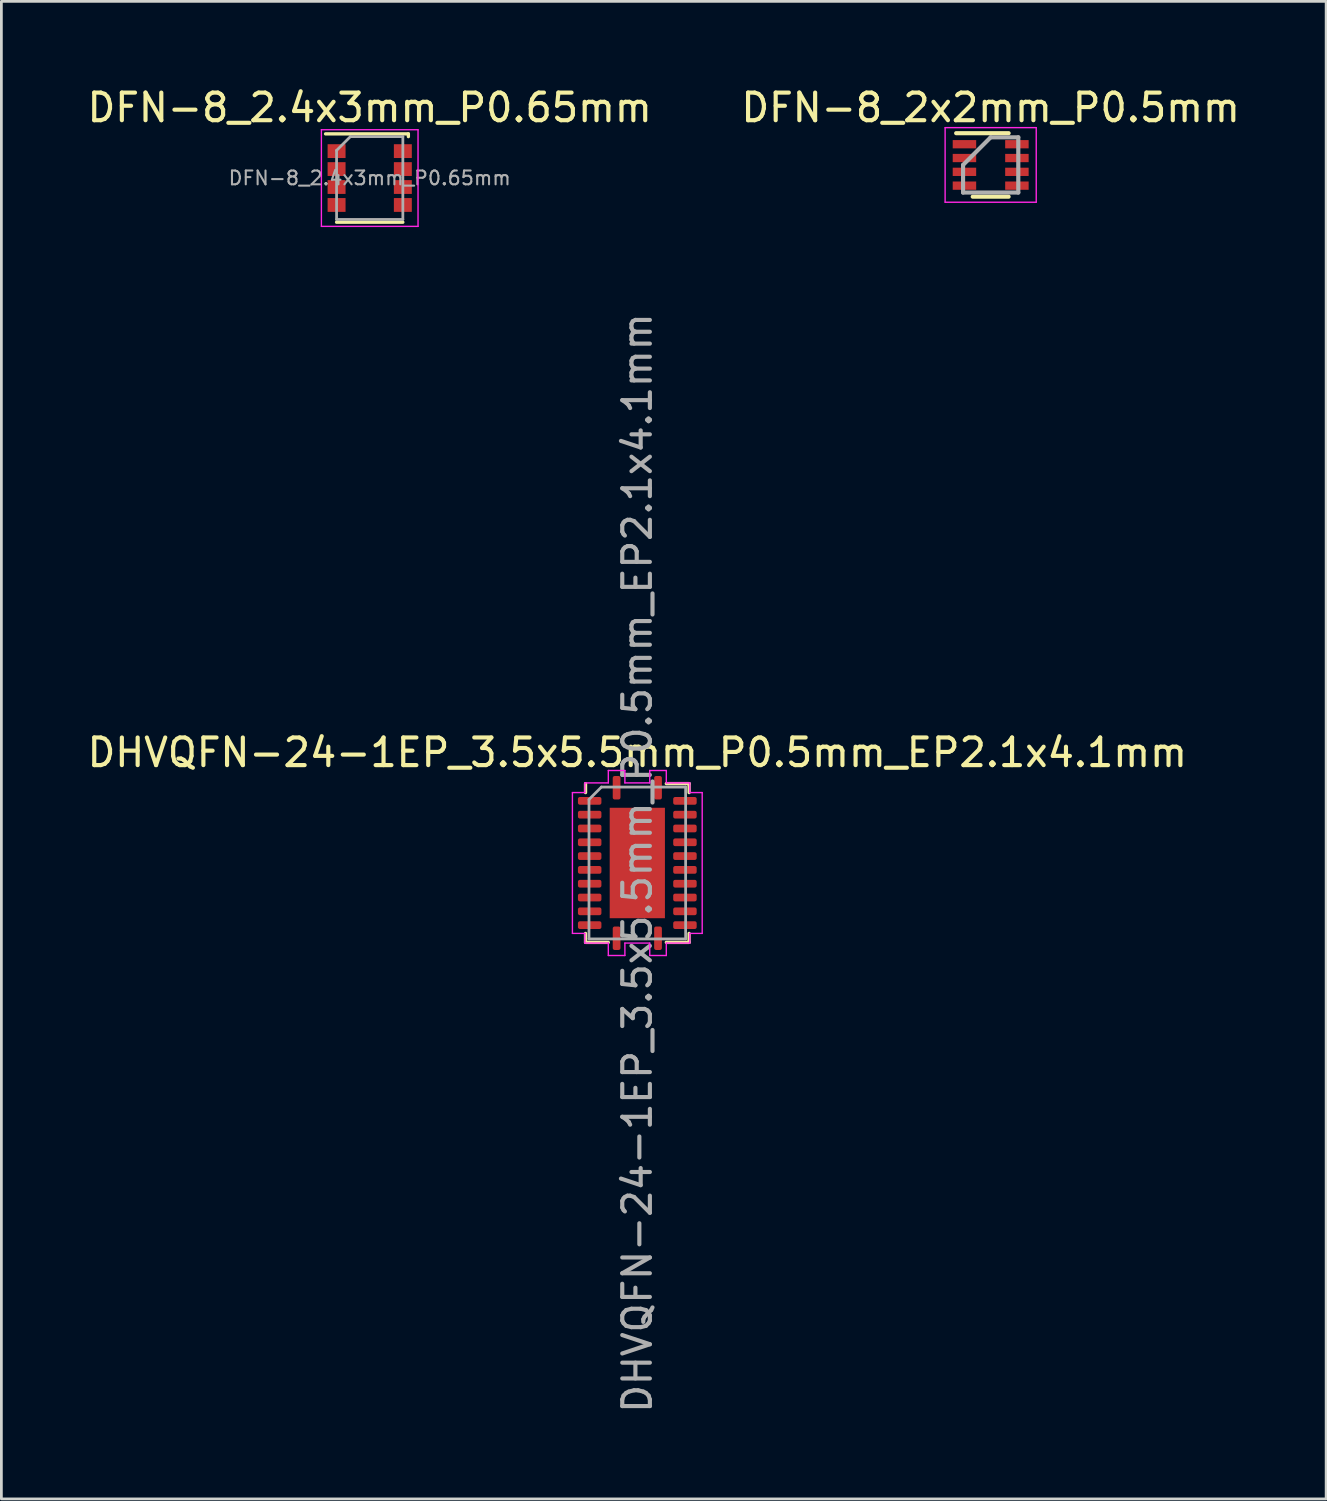
<source format=kicad_pcb>
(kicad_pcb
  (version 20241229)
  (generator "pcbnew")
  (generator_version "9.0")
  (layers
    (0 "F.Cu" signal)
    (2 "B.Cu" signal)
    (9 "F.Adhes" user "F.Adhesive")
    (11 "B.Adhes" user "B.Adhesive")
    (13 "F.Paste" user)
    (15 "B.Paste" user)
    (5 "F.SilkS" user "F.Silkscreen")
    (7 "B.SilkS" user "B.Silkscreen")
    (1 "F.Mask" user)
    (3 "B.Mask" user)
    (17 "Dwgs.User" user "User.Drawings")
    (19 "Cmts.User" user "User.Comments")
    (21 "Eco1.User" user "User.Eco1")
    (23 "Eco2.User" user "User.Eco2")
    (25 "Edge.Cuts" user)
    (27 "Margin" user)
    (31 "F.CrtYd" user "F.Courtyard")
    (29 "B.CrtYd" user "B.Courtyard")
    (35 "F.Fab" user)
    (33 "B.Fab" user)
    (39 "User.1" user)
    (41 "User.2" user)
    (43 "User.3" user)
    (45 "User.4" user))
  (footprint "DFN-8_2.4x3mm_P0.65mm"
    (layer "F.Cu")
    (at 10.339 3.398)
    (property "Reference" "DFN-8_2.4x3mm_P0.65mm" (at 0 -2.55 0) (layer "F.SilkS") (effects (font (size 1 1) (thickness 0.15))))
    (attr smd)
    (fp_line (start -1.6 -1.6) (end 1.4 -1.6) (stroke (width 0.12) (type solid)) (layer "F.SilkS"))
    (fp_line (start -1.2 1.6) (end 1.2 1.6) (stroke (width 0.12) (type solid)) (layer "F.SilkS"))
    (fp_line (start 1.4 -1.6) (end 1.4 -1.5) (stroke (width 0.12) (type solid)) (layer "F.SilkS"))
    (fp_line (start -1.75 -1.75) (end -1.75 1.75) (stroke (width 0.05) (type solid)) (layer "F.CrtYd"))
    (fp_line (start -1.75 -1.75) (end 1.75 -1.75) (stroke (width 0.05) (type solid)) (layer "F.CrtYd"))
    (fp_line (start -1.75 1.75) (end 1.75 1.75) (stroke (width 0.05) (type solid)) (layer "F.CrtYd"))
    (fp_line (start 1.75 -1.75) (end 1.75 1.75) (stroke (width 0.05) (type solid)) (layer "F.CrtYd"))
    (fp_line (start -1.2 -1) (end -0.7 -1.5) (stroke (width 0.1) (type solid)) (layer "F.Fab"))
    (fp_line (start -1.2 1.5) (end -1.2 -1) (stroke (width 0.1) (type solid)) (layer "F.Fab"))
    (fp_line (start -0.7 -1.5) (end 1.2 -1.5) (stroke (width 0.1) (type solid)) (layer "F.Fab"))
    (fp_line (start 1.2 -1.5) (end 1.2 1.5) (stroke (width 0.1) (type solid)) (layer "F.Fab"))
    (fp_line (start 1.2 1.5) (end -1.2 1.5) (stroke (width 0.1) (type solid)) (layer "F.Fab"))
    (fp_text user "${REFERENCE}" (at 0 0 0) (layer "F.Fab") (effects (font (size 0.5 0.5) (thickness 0.075))))
    (pad "1" smd rect (at -1.2 -0.975) (size 0.65 0.5) (layers "F.Cu" "F.Mask" "F.Paste"))
    (pad "2" smd rect (at -1.2 -0.325) (size 0.65 0.5) (layers "F.Cu" "F.Mask" "F.Paste"))
    (pad "3" smd rect (at -1.2 0.325) (size 0.65 0.5) (layers "F.Cu" "F.Mask" "F.Paste"))
    (pad "4" smd rect (at -1.2 0.975) (size 0.65 0.5) (layers "F.Cu" "F.Mask" "F.Paste"))
    (pad "5" smd rect (at 1.2 0.975) (size 0.65 0.5) (layers "F.Cu" "F.Mask" "F.Paste"))
    (pad "6" smd rect (at 1.2 0.325) (size 0.65 0.5) (layers "F.Cu" "F.Mask" "F.Paste"))
    (pad "7" smd rect (at 1.2 -0.325) (size 0.65 0.5) (layers "F.Cu" "F.Mask" "F.Paste"))
    (pad "8" smd rect (at 1.2 -0.975) (size 0.65 0.5) (layers "F.Cu" "F.Mask" "F.Paste")))
  (footprint "DFN-8_2x2mm_P0.5mm"
    (layer "F.Cu")
    (at 32.827 2.923)
    (property "Reference" "DFN-8_2x2mm_P0.5mm" (at 0 -2.075 0) (layer "F.SilkS") (effects (font (size 1 1) (thickness 0.15))))
    (attr smd)
    (fp_line (start -1.25 -1.15) (end 0.65 -1.15) (stroke (width 0.15) (type solid)) (layer "F.SilkS"))
    (fp_line (start -0.65 1.15) (end 0.65 1.15) (stroke (width 0.15) (type solid)) (layer "F.SilkS"))
    (fp_line (start -1.65 -1.35) (end -1.65 1.35) (stroke (width 0.05) (type solid)) (layer "F.CrtYd"))
    (fp_line (start -1.65 -1.35) (end 1.65 -1.35) (stroke (width 0.05) (type solid)) (layer "F.CrtYd"))
    (fp_line (start -1.65 1.35) (end 1.65 1.35) (stroke (width 0.05) (type solid)) (layer "F.CrtYd"))
    (fp_line (start 1.65 -1.35) (end 1.65 1.35) (stroke (width 0.05) (type solid)) (layer "F.CrtYd"))
    (fp_line (start -1 0) (end 0 -1) (stroke (width 0.15) (type solid)) (layer "F.Fab"))
    (fp_line (start -1 1) (end -1 0) (stroke (width 0.15) (type solid)) (layer "F.Fab"))
    (fp_line (start 0 -1) (end 1 -1) (stroke (width 0.15) (type solid)) (layer "F.Fab"))
    (fp_line (start 1 -1) (end 1 1) (stroke (width 0.15) (type solid)) (layer "F.Fab"))
    (fp_line (start 1 1) (end -1 1) (stroke (width 0.15) (type solid)) (layer "F.Fab"))
    (pad "1" smd rect (at -0.95 -0.75) (size 0.85 0.3) (layers "F.Cu" "F.Mask" "F.Paste"))
    (pad "2" smd rect (at -0.95 -0.25) (size 0.85 0.3) (layers "F.Cu" "F.Mask" "F.Paste"))
    (pad "3" smd rect (at -0.95 0.25) (size 0.85 0.3) (layers "F.Cu" "F.Mask" "F.Paste"))
    (pad "4" smd rect (at -0.95 0.75) (size 0.85 0.3) (layers "F.Cu" "F.Mask" "F.Paste"))
    (pad "5" smd rect (at 0.95 0.75) (size 0.85 0.3) (layers "F.Cu" "F.Mask" "F.Paste"))
    (pad "6" smd rect (at 0.95 0.25) (size 0.85 0.3) (layers "F.Cu" "F.Mask" "F.Paste"))
    (pad "7" smd rect (at 0.95 -0.25) (size 0.85 0.3) (layers "F.Cu" "F.Mask" "F.Paste"))
    (pad "8" smd rect (at 0.95 -0.75) (size 0.85 0.3) (layers "F.Cu" "F.Mask" "F.Paste")))
  (footprint "DHVQFN-24-1EP_3.5x5.5mm_P0.5mm_EP2.1x4.1mm"
    (layer "F.Cu")
    (at 20.03 28.203)
    (property "Reference" "DHVQFN-24-1EP_3.5x5.5mm_P0.5mm_EP2.1x4.1mm" (at 0 -4 0) (layer "F.SilkS") (effects (font (size 1 1) (thickness 0.15))))
    (attr smd)
    (fp_line (start -1.875 -2.875) (end -1.875 -2.55) (stroke (width 0.12) (type solid)) (layer "F.SilkS"))
    (fp_line (start -1.875 2.875) (end -1.875 2.55) (stroke (width 0.12) (type solid)) (layer "F.SilkS"))
    (fp_line (start -1.875 2.875) (end -1.05 2.875) (stroke (width 0.12) (type solid)) (layer "F.SilkS"))
    (fp_line (start 1.05 -2.875) (end 1.875 -2.875) (stroke (width 0.12) (type solid)) (layer "F.SilkS"))
    (fp_line (start 1.05 2.875) (end 1.875 2.875) (stroke (width 0.12) (type solid)) (layer "F.SilkS"))
    (fp_line (start 1.875 -2.875) (end 1.875 -2.55) (stroke (width 0.12) (type solid)) (layer "F.SilkS"))
    (fp_line (start 1.875 2.875) (end 1.875 2.55) (stroke (width 0.12) (type solid)) (layer "F.SilkS"))
    (fp_line (start -2.35 -2.55) (end -2.35 2.55) (stroke (width 0.05) (type solid)) (layer "F.CrtYd"))
    (fp_line (start -1.9 -2.9) (end -1.9 -2.55) (stroke (width 0.05) (type solid)) (layer "F.CrtYd"))
    (fp_line (start -1.9 -2.55) (end -2.35 -2.55) (stroke (width 0.05) (type solid)) (layer "F.CrtYd"))
    (fp_line (start -1.9 2.55) (end -2.35 2.55) (stroke (width 0.05) (type solid)) (layer "F.CrtYd"))
    (fp_line (start -1.9 2.9) (end -1.9 2.55) (stroke (width 0.05) (type solid)) (layer "F.CrtYd"))
    (fp_line (start -1.05 -3.35) (end -1.05 -2.9) (stroke (width 0.05) (type solid)) (layer "F.CrtYd"))
    (fp_line (start -1.05 -2.9) (end -1.9 -2.9) (stroke (width 0.05) (type solid)) (layer "F.CrtYd"))
    (fp_line (start -1.05 2.9) (end -1.9 2.9) (stroke (width 0.05) (type solid)) (layer "F.CrtYd"))
    (fp_line (start -1.05 3.35) (end -1.05 2.9) (stroke (width 0.05) (type solid)) (layer "F.CrtYd"))
    (fp_line (start -0.45 -3.35) (end -1.05 -3.35) (stroke (width 0.05) (type solid)) (layer "F.CrtYd"))
    (fp_line (start -0.45 -2.9) (end -0.45 -3.35) (stroke (width 0.05) (type solid)) (layer "F.CrtYd"))
    (fp_line (start -0.45 2.9) (end -0.45 3.35) (stroke (width 0.05) (type solid)) (layer "F.CrtYd"))
    (fp_line (start -0.45 3.35) (end -1.05 3.35) (stroke (width 0.05) (type solid)) (layer "F.CrtYd"))
    (fp_line (start 0.45 -3.35) (end 1.05 -3.35) (stroke (width 0.05) (type solid)) (layer "F.CrtYd"))
    (fp_line (start 0.45 -2.9) (end -0.45 -2.9) (stroke (width 0.05) (type solid)) (layer "F.CrtYd"))
    (fp_line (start 0.45 -2.9) (end 0.45 -3.35) (stroke (width 0.05) (type solid)) (layer "F.CrtYd"))
    (fp_line (start 0.45 2.9) (end -0.45 2.9) (stroke (width 0.05) (type solid)) (layer "F.CrtYd"))
    (fp_line (start 0.45 2.9) (end 0.45 3.35) (stroke (width 0.05) (type solid)) (layer "F.CrtYd"))
    (fp_line (start 0.45 3.35) (end 1.05 3.35) (stroke (width 0.05) (type solid)) (layer "F.CrtYd"))
    (fp_line (start 1.05 -3.35) (end 1.05 -2.9) (stroke (width 0.05) (type solid)) (layer "F.CrtYd"))
    (fp_line (start 1.05 -2.9) (end 1.9 -2.9) (stroke (width 0.05) (type solid)) (layer "F.CrtYd"))
    (fp_line (start 1.05 2.9) (end 1.9 2.9) (stroke (width 0.05) (type solid)) (layer "F.CrtYd"))
    (fp_line (start 1.05 3.35) (end 1.05 2.9) (stroke (width 0.05) (type solid)) (layer "F.CrtYd"))
    (fp_line (start 1.9 -2.9) (end 1.9 -2.55) (stroke (width 0.05) (type solid)) (layer "F.CrtYd"))
    (fp_line (start 1.9 -2.55) (end 2.35 -2.55) (stroke (width 0.05) (type solid)) (layer "F.CrtYd"))
    (fp_line (start 1.9 2.55) (end 2.35 2.55) (stroke (width 0.05) (type solid)) (layer "F.CrtYd"))
    (fp_line (start 1.9 2.9) (end 1.9 2.55) (stroke (width 0.05) (type solid)) (layer "F.CrtYd"))
    (fp_line (start 2.35 -2.55) (end 2.35 2.55) (stroke (width 0.05) (type solid)) (layer "F.CrtYd"))
    (fp_line (start -1.75 2.75) (end -1.75 -2.3) (stroke (width 0.1) (type solid)) (layer "F.Fab"))
    (fp_line (start -1.3 -2.75) (end -1.75 -2.3) (stroke (width 0.1) (type solid)) (layer "F.Fab"))
    (fp_line (start -1.3 -2.75) (end 1.75 -2.75) (stroke (width 0.1) (type solid)) (layer "F.Fab"))
    (fp_line (start 1.75 -2.75) (end 1.75 2.75) (stroke (width 0.1) (type solid)) (layer "F.Fab"))
    (fp_line (start 1.75 2.75) (end -1.75 2.75) (stroke (width 0.1) (type solid)) (layer "F.Fab"))
    (fp_text user "${REFERENCE}" (at 0 0 270) (layer "F.Fab") (effects (font (size 1 1) (thickness 0.15))))
    (pad "" smd rect (at -0.375 -0.9) (size 0.5 0.65) (layers "F.Paste"))
    (pad "" smd rect (at -0.375 0) (size 0.5 0.65) (layers "F.Paste"))
    (pad "" smd rect (at -0.375 0.9) (size 0.5 0.65) (layers "F.Paste"))
    (pad "" smd rect (at 0.375 -0.9) (size 0.5 0.65) (layers "F.Paste"))
    (pad "" smd rect (at 0.375 0) (size 0.5 0.65) (layers "F.Paste"))
    (pad "" smd rect (at 0.375 0.9) (size 0.5 0.65) (layers "F.Paste"))
    (pad "1" smd roundrect (at -0.75 -2.725) (size 0.28 0.85) (layers "F.Cu" "F.Mask" "F.Paste") (roundrect_rratio 0.25))
    (pad "2" smd roundrect (at -1.725 -2.25) (size 0.85 0.28) (layers "F.Cu" "F.Mask" "F.Paste") (roundrect_rratio 0.25))
    (pad "3" smd roundrect (at -1.725 -1.75) (size 0.85 0.28) (layers "F.Cu" "F.Mask" "F.Paste") (roundrect_rratio 0.25))
    (pad "4" smd roundrect (at -1.725 -1.25) (size 0.85 0.28) (layers "F.Cu" "F.Mask" "F.Paste") (roundrect_rratio 0.25))
    (pad "5" smd roundrect (at -1.725 -0.75) (size 0.85 0.28) (layers "F.Cu" "F.Mask" "F.Paste") (roundrect_rratio 0.25))
    (pad "6" smd roundrect (at -1.725 -0.25) (size 0.85 0.28) (layers "F.Cu" "F.Mask" "F.Paste") (roundrect_rratio 0.25))
    (pad "7" smd roundrect (at -1.725 0.25) (size 0.85 0.28) (layers "F.Cu" "F.Mask" "F.Paste") (roundrect_rratio 0.25))
    (pad "8" smd roundrect (at -1.725 0.75) (size 0.85 0.28) (layers "F.Cu" "F.Mask" "F.Paste") (roundrect_rratio 0.25))
    (pad "9" smd roundrect (at -1.725 1.25) (size 0.85 0.28) (layers "F.Cu" "F.Mask" "F.Paste") (roundrect_rratio 0.25))
    (pad "10" smd roundrect (at -1.725 1.75) (size 0.85 0.28) (layers "F.Cu" "F.Mask" "F.Paste") (roundrect_rratio 0.25))
    (pad "11" smd roundrect (at -1.725 2.25) (size 0.85 0.28) (layers "F.Cu" "F.Mask" "F.Paste") (roundrect_rratio 0.25))
    (pad "12" smd roundrect (at -0.75 2.725) (size 0.28 0.85) (layers "F.Cu" "F.Mask" "F.Paste") (roundrect_rratio 0.25))
    (pad "13" smd roundrect (at 0.75 2.725) (size 0.28 0.85) (layers "F.Cu" "F.Mask" "F.Paste") (roundrect_rratio 0.25))
    (pad "14" smd roundrect (at 1.725 2.25) (size 0.85 0.28) (layers "F.Cu" "F.Mask" "F.Paste") (roundrect_rratio 0.25))
    (pad "15" smd roundrect (at 1.725 1.75) (size 0.85 0.28) (layers "F.Cu" "F.Mask" "F.Paste") (roundrect_rratio 0.25))
    (pad "16" smd roundrect (at 1.725 1.25) (size 0.85 0.28) (layers "F.Cu" "F.Mask" "F.Paste") (roundrect_rratio 0.25))
    (pad "17" smd roundrect (at 1.725 0.75) (size 0.85 0.28) (layers "F.Cu" "F.Mask" "F.Paste") (roundrect_rratio 0.25))
    (pad "18" smd roundrect (at 1.725 0.25) (size 0.85 0.28) (layers "F.Cu" "F.Mask" "F.Paste") (roundrect_rratio 0.25))
    (pad "19" smd roundrect (at 1.725 -0.25) (size 0.85 0.28) (layers "F.Cu" "F.Mask" "F.Paste") (roundrect_rratio 0.25))
    (pad "20" smd roundrect (at 1.725 -0.75) (size 0.85 0.28) (layers "F.Cu" "F.Mask" "F.Paste") (roundrect_rratio 0.25))
    (pad "21" smd roundrect (at 1.725 -1.25) (size 0.85 0.28) (layers "F.Cu" "F.Mask" "F.Paste") (roundrect_rratio 0.25))
    (pad "22" smd roundrect (at 1.725 -1.75) (size 0.85 0.28) (layers "F.Cu" "F.Mask" "F.Paste") (roundrect_rratio 0.25))
    (pad "23" smd roundrect (at 1.725 -2.25) (size 0.85 0.28) (layers "F.Cu" "F.Mask" "F.Paste") (roundrect_rratio 0.25))
    (pad "24" smd roundrect (at 0.75 -2.725) (size 0.28 0.85) (layers "F.Cu" "F.Mask" "F.Paste") (roundrect_rratio 0.25))
    (pad "25" smd rect (at 0 0) (size 2 4) (layers "F.Cu" "F.Mask")))
  (gr_rect
    (start -3 -3)
    (end 44.976 51.233)
    (stroke (width 0.1) (type default))
    (fill no)
    (layer "Edge.Cuts")))
</source>
